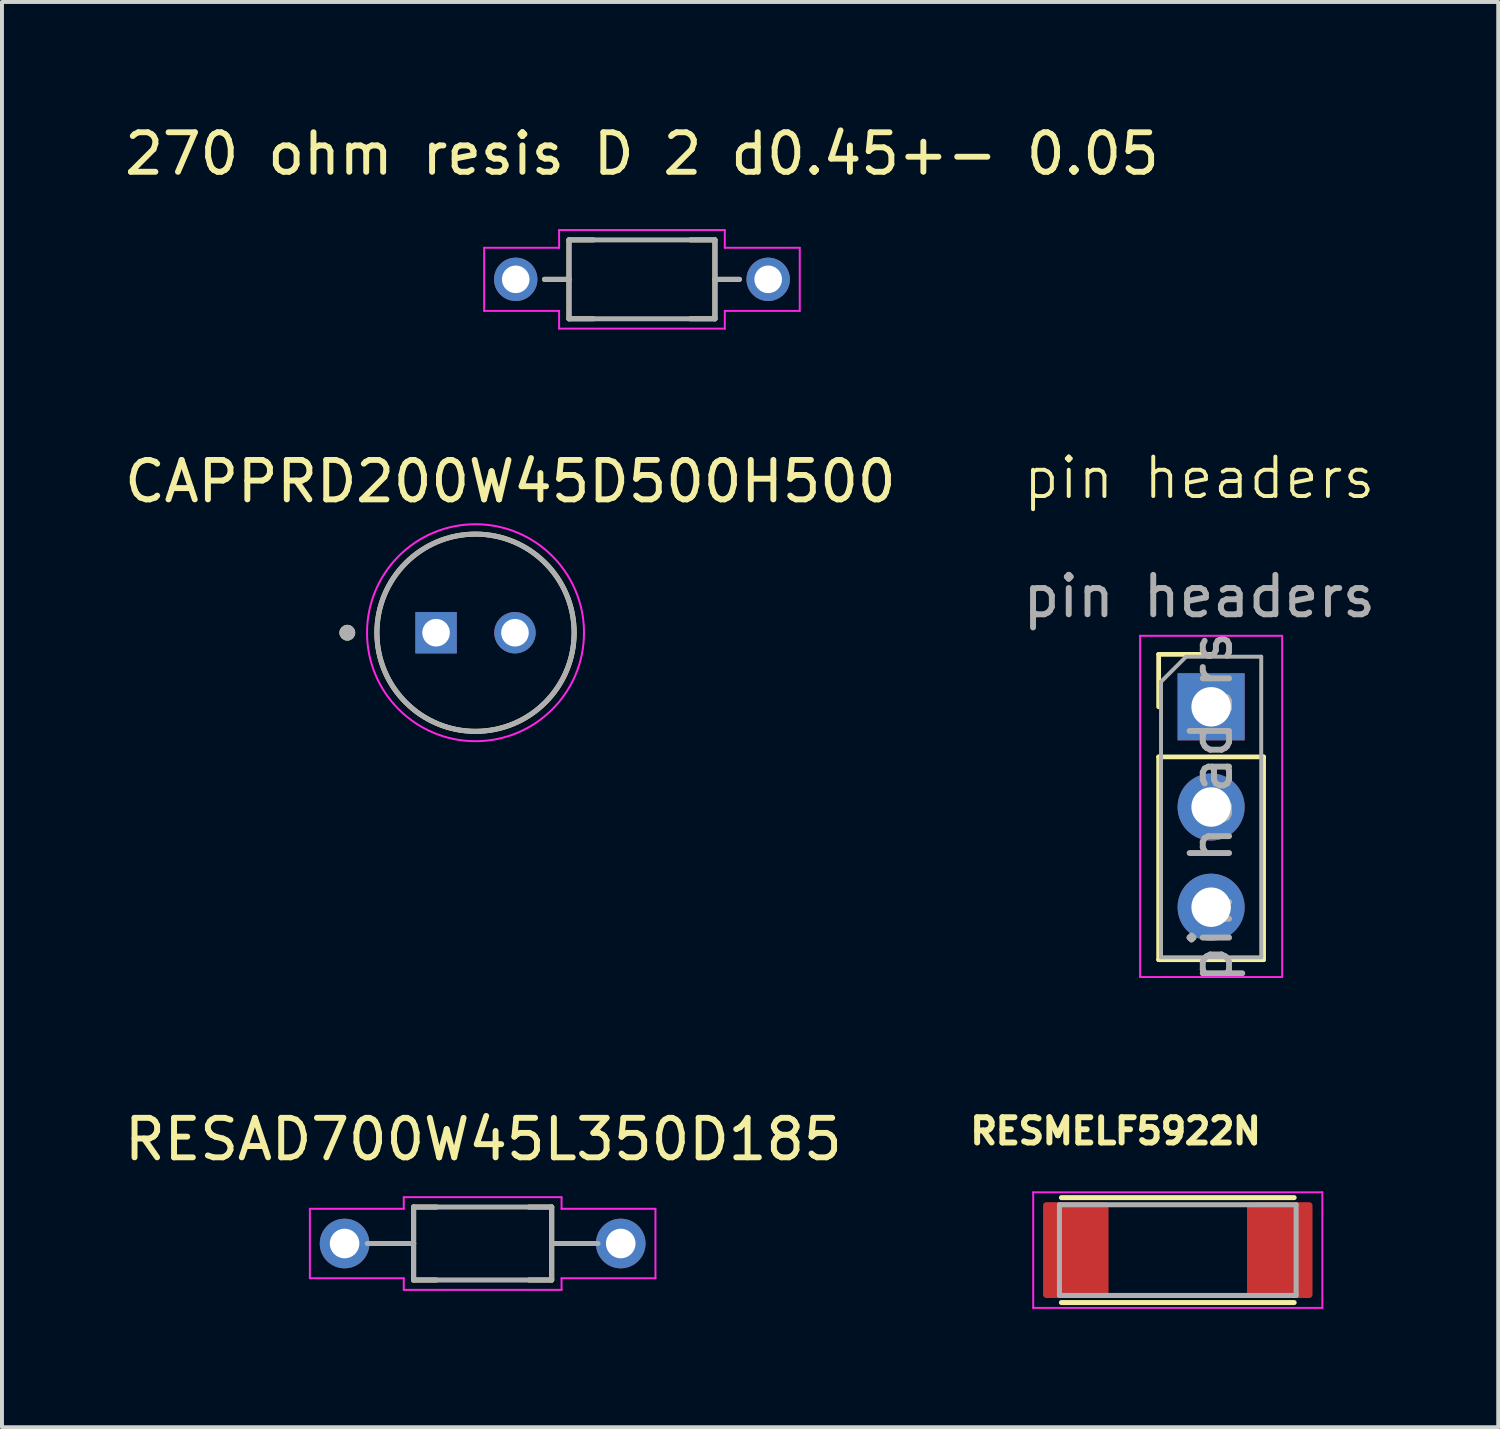
<source format=kicad_pcb>
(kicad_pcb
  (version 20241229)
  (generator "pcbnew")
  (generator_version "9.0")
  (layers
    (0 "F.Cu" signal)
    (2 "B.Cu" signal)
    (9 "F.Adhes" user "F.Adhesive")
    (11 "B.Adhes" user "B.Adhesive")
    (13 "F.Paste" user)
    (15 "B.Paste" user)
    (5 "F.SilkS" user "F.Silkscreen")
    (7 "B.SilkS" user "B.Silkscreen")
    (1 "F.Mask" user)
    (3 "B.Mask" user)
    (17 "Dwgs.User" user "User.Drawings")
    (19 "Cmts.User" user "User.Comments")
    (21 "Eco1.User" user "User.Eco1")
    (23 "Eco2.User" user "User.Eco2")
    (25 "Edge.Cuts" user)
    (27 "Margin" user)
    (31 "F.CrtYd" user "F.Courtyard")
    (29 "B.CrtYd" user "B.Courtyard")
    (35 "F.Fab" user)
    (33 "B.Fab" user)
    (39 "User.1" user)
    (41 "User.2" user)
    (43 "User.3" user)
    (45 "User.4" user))
  (footprint "CAPPRD200W45D500H500"
    (layer "F.Cu")
    (at 9.004 12.989)
    (property "Reference" "CAPPRD200W45D500H500" (at 0.883 -3.835 0) (layer "F.SilkS") (effects (font (size 1 1) (thickness 0.15))))
    (attr through_hole)
    (fp_circle (center -3.25 0) (end -3.15 0) (stroke (width 0.2) (type solid)) (fill no) (layer "F.SilkS"))
    (fp_circle (center 0 0) (end 2.5 0) (stroke (width 0.127) (type solid)) (fill no) (layer "F.SilkS"))
    (fp_circle (center 0 0) (end 2.75 0) (stroke (width 0.05) (type solid)) (fill no) (layer "F.CrtYd"))
    (fp_circle (center -3.25 0) (end -3.15 0) (stroke (width 0.2) (type solid)) (fill no) (layer "F.Fab"))
    (fp_circle (center 0 0) (end 2.5 0) (stroke (width 0.127) (type solid)) (fill no) (layer "F.Fab"))
    (pad "N" thru_hole circle (at 1 0) (size 1.05 1.05) (drill 0.7) (layers "*.Cu" "*.Mask"))
    (pad "P" thru_hole rect (at -1 0) (size 1.05 1.05) (drill 0.7) (layers "*.Cu" "*.Mask" "Eco1.User")))
  (footprint "RESMELF5922N"
    (layer "F.Cu")
    (at 26.806 28.639)
    (property "Reference" "RESMELF5922N" (at -1.576 -3.016 0) (layer "F.SilkS") (effects (font (size 0.641 0.641) (thickness 0.15))))
    (attr smd)
    (fp_line (start -2.95 -1.33) (end 2.95 -1.33) (stroke (width 0.127) (type solid)) (layer "F.SilkS"))
    (fp_line (start -2.95 1.33) (end 2.95 1.33) (stroke (width 0.127) (type solid)) (layer "F.SilkS"))
    (fp_line (start -3.665 -1.465) (end 3.665 -1.465) (stroke (width 0.05) (type solid)) (layer "F.CrtYd"))
    (fp_line (start -3.665 1.465) (end -3.665 -1.465) (stroke (width 0.05) (type solid)) (layer "F.CrtYd"))
    (fp_line (start 3.665 -1.465) (end 3.665 1.465) (stroke (width 0.05) (type solid)) (layer "F.CrtYd"))
    (fp_line (start 3.665 1.465) (end -3.665 1.465) (stroke (width 0.05) (type solid)) (layer "F.CrtYd"))
    (fp_line (start -3 -1.15) (end -3 1.15) (stroke (width 0.127) (type solid)) (layer "F.Fab"))
    (fp_line (start -3 -1.15) (end 3 -1.15) (stroke (width 0.127) (type solid)) (layer "F.Fab"))
    (fp_line (start -3 1.15) (end 3 1.15) (stroke (width 0.127) (type solid)) (layer "F.Fab"))
    (fp_line (start 3 -1.15) (end 3 1.15) (stroke (width 0.127) (type solid)) (layer "F.Fab"))
    (pad "1" smd roundrect (at -2.585 0) (size 1.66 2.43) (layers "F.Cu" "F.Mask" "F.Paste") (roundrect_rratio 0.05))
    (pad "2" smd roundrect (at 2.585 0) (size 1.66 2.43) (layers "F.Cu" "F.Mask" "F.Paste") (roundrect_rratio 0.05)))
  (footprint "RESAD700W45L350D185"
    (layer "F.Cu")
    (at 9.185 28.472)
    (property "Reference" "RESAD700W45L350D185" (at 0.018 -2.64 0) (layer "F.SilkS") (effects (font (size 1.001 1.001) (thickness 0.15))))
    (attr through_hole)
    (fp_line (start -1.75 -0.925) (end -1.75 0) (stroke (width 0.127) (type solid)) (layer "F.SilkS"))
    (fp_line (start -1.75 0) (end -2.55 0) (stroke (width 0.127) (type solid)) (layer "F.SilkS"))
    (fp_line (start -1.75 0) (end -1.75 0.925) (stroke (width 0.127) (type solid)) (layer "F.SilkS"))
    (fp_line (start -1.75 0.925) (end -1.17 0.925) (stroke (width 0.127) (type solid)) (layer "F.SilkS"))
    (fp_line (start -1.17 -0.925) (end -1.75 -0.925) (stroke (width 0.127) (type solid)) (layer "F.SilkS"))
    (fp_line (start 1.17 -0.925) (end 1.75 -0.925) (stroke (width 0.127) (type solid)) (layer "F.SilkS"))
    (fp_line (start 1.17 0.925) (end 1.75 0.925) (stroke (width 0.127) (type solid)) (layer "F.SilkS"))
    (fp_line (start 1.75 -0.925) (end 1.75 0) (stroke (width 0.127) (type solid)) (layer "F.SilkS"))
    (fp_line (start 1.75 0) (end 1.75 0.925) (stroke (width 0.127) (type solid)) (layer "F.SilkS"))
    (fp_line (start 1.75 0) (end 2.55 0) (stroke (width 0.127) (type solid)) (layer "F.SilkS"))
    (fp_line (start -4.38 -0.88) (end -2 -0.88) (stroke (width 0.05) (type solid)) (layer "F.CrtYd"))
    (fp_line (start -4.38 0.88) (end -4.38 -0.88) (stroke (width 0.05) (type solid)) (layer "F.CrtYd"))
    (fp_line (start -2 -1.175) (end 2 -1.175) (stroke (width 0.05) (type solid)) (layer "F.CrtYd"))
    (fp_line (start -2 -0.88) (end -2 -1.175) (stroke (width 0.05) (type solid)) (layer "F.CrtYd"))
    (fp_line (start -2 0.88) (end -4.38 0.88) (stroke (width 0.05) (type solid)) (layer "F.CrtYd"))
    (fp_line (start -2 1.175) (end -2 0.88) (stroke (width 0.05) (type solid)) (layer "F.CrtYd"))
    (fp_line (start 2 -1.175) (end 2 -0.88) (stroke (width 0.05) (type solid)) (layer "F.CrtYd"))
    (fp_line (start 2 -0.88) (end 4.38 -0.88) (stroke (width 0.05) (type solid)) (layer "F.CrtYd"))
    (fp_line (start 2 0.88) (end 2 1.175) (stroke (width 0.05) (type solid)) (layer "F.CrtYd"))
    (fp_line (start 2 1.175) (end -2 1.175) (stroke (width 0.05) (type solid)) (layer "F.CrtYd"))
    (fp_line (start 4.38 -0.88) (end 4.38 0.88) (stroke (width 0.05) (type solid)) (layer "F.CrtYd"))
    (fp_line (start 4.38 0.88) (end 2 0.88) (stroke (width 0.05) (type solid)) (layer "F.CrtYd"))
    (fp_line (start -2.925 0) (end -1.75 0) (stroke (width 0.127) (type solid)) (layer "F.Fab"))
    (fp_line (start -1.75 -0.925) (end 1.75 -0.925) (stroke (width 0.127) (type solid)) (layer "F.Fab"))
    (fp_line (start -1.75 0) (end -1.75 -0.925) (stroke (width 0.127) (type solid)) (layer "F.Fab"))
    (fp_line (start -1.75 0.925) (end -1.75 0) (stroke (width 0.127) (type solid)) (layer "F.Fab"))
    (fp_line (start 1.75 -0.925) (end 1.75 0) (stroke (width 0.127) (type solid)) (layer "F.Fab"))
    (fp_line (start 1.75 0) (end 1.75 0.925) (stroke (width 0.127) (type solid)) (layer "F.Fab"))
    (fp_line (start 1.75 0.925) (end -1.75 0.925) (stroke (width 0.127) (type solid)) (layer "F.Fab"))
    (fp_line (start 2.925 0) (end 1.75 0) (stroke (width 0.127) (type solid)) (layer "F.Fab"))
    (pad "1" thru_hole circle (at -3.5 0) (size 1.258 1.258) (drill 0.75) (layers "*.Cu" "*.Mask"))
    (pad "2" thru_hole circle (at 3.5 0) (size 1.258 1.258) (drill 0.75) (layers "*.Cu" "*.Mask")))
  (footprint "270 ohm resis D 2 d0.45+- 0.05"
    (layer "F.Cu")
    (at 13.223 4.031)
    (property "Reference" "270 ohm resis D 2 d0.45+- 0.05" (at 0 -3.182 0) (layer "F.SilkS") (effects (font (size 1.002 1.002) (thickness 0.15))))
    (attr through_hole)
    (fp_line (start -2.47 0) (end -1.85 0) (stroke (width 0.127) (type solid)) (layer "F.SilkS"))
    (fp_line (start -1.85 -1) (end -1.23 -1) (stroke (width 0.127) (type solid)) (layer "F.SilkS"))
    (fp_line (start -1.85 0) (end -1.85 -1) (stroke (width 0.127) (type solid)) (layer "F.SilkS"))
    (fp_line (start -1.85 0) (end -1.85 1) (stroke (width 0.127) (type solid)) (layer "F.SilkS"))
    (fp_line (start -1.85 1) (end -1.23 1) (stroke (width 0.127) (type solid)) (layer "F.SilkS"))
    (fp_line (start 1.85 -1) (end 1.23 -1) (stroke (width 0.127) (type solid)) (layer "F.SilkS"))
    (fp_line (start 1.85 0) (end 1.85 -1) (stroke (width 0.127) (type solid)) (layer "F.SilkS"))
    (fp_line (start 1.85 0) (end 1.85 1) (stroke (width 0.127) (type solid)) (layer "F.SilkS"))
    (fp_line (start 1.85 1) (end 1.23 1) (stroke (width 0.127) (type solid)) (layer "F.SilkS"))
    (fp_line (start 2.47 0) (end 1.85 0) (stroke (width 0.127) (type solid)) (layer "F.SilkS"))
    (fp_line (start -4 -0.8) (end -2.1 -0.8) (stroke (width 0.05) (type solid)) (layer "F.CrtYd"))
    (fp_line (start -4 0.8) (end -4 -0.8) (stroke (width 0.05) (type solid)) (layer "F.CrtYd"))
    (fp_line (start -2.1 -1.25) (end 2.1 -1.25) (stroke (width 0.05) (type solid)) (layer "F.CrtYd"))
    (fp_line (start -2.1 -0.8) (end -2.1 -1.25) (stroke (width 0.05) (type solid)) (layer "F.CrtYd"))
    (fp_line (start -2.1 0.8) (end -4 0.8) (stroke (width 0.05) (type solid)) (layer "F.CrtYd"))
    (fp_line (start -2.1 1.25) (end -2.1 0.8) (stroke (width 0.05) (type solid)) (layer "F.CrtYd"))
    (fp_line (start 2.1 -1.25) (end 2.1 -0.8) (stroke (width 0.05) (type solid)) (layer "F.CrtYd"))
    (fp_line (start 2.1 -0.8) (end 4 -0.8) (stroke (width 0.05) (type solid)) (layer "F.CrtYd"))
    (fp_line (start 2.1 0.8) (end 2.1 1.25) (stroke (width 0.05) (type solid)) (layer "F.CrtYd"))
    (fp_line (start 2.1 1.25) (end -2.1 1.25) (stroke (width 0.05) (type solid)) (layer "F.CrtYd"))
    (fp_line (start 4 -0.8) (end 4 0.8) (stroke (width 0.05) (type solid)) (layer "F.CrtYd"))
    (fp_line (start 4 0.8) (end 2.1 0.8) (stroke (width 0.05) (type solid)) (layer "F.CrtYd"))
    (fp_line (start -2.47 0) (end -1.85 0) (stroke (width 0.127) (type solid)) (layer "F.Fab"))
    (fp_line (start -1.85 -1) (end 1.85 -1) (stroke (width 0.127) (type solid)) (layer "F.Fab"))
    (fp_line (start -1.85 0) (end -1.85 -1) (stroke (width 0.127) (type solid)) (layer "F.Fab"))
    (fp_line (start -1.85 0) (end -1.85 1) (stroke (width 0.127) (type solid)) (layer "F.Fab"))
    (fp_line (start -1.85 1) (end 1.85 1) (stroke (width 0.127) (type solid)) (layer "F.Fab"))
    (fp_line (start 1.85 0) (end 1.85 -1) (stroke (width 0.127) (type solid)) (layer "F.Fab"))
    (fp_line (start 1.85 0) (end 1.85 1) (stroke (width 0.127) (type solid)) (layer "F.Fab"))
    (fp_line (start 2.47 0) (end 1.85 0) (stroke (width 0.127) (type solid)) (layer "F.Fab"))
    (pad "1" thru_hole circle (at -3.2 0) (size 1.1 1.1) (drill 0.7) (layers "*.Cu" "*.Mask"))
    (pad "2" thru_hole circle (at 3.2 0) (size 1.1 1.1) (drill 0.7) (layers "*.Cu" "*.Mask")))
  (footprint "pin headers"
    (layer "F.Cu")
    (at 27.351 9.567)
    (property "Reference" "pin headers" (at 0 -0.5 0) (unlocked yes) (layer "F.SilkS") (effects (font (size 1 1) (thickness 0.1))))
    (attr through_hole)
    (fp_line (start -1.03 3.97) (end 0.3 3.97) (stroke (width 0.12) (type solid)) (layer "F.SilkS"))
    (fp_line (start -1.03 5.3) (end -1.03 3.97) (stroke (width 0.12) (type solid)) (layer "F.SilkS"))
    (fp_line (start -1.03 6.57) (end -1.03 11.71) (stroke (width 0.12) (type solid)) (layer "F.SilkS"))
    (fp_line (start -1.03 6.57) (end 1.63 6.57) (stroke (width 0.12) (type solid)) (layer "F.SilkS"))
    (fp_line (start -1.03 11.71) (end 1.63 11.71) (stroke (width 0.12) (type solid)) (layer "F.SilkS"))
    (fp_line (start 1.63 6.57) (end 1.63 11.71) (stroke (width 0.12) (type solid)) (layer "F.SilkS"))
    (fp_line (start -1.5 3.5) (end -1.5 12.15) (stroke (width 0.05) (type solid)) (layer "F.CrtYd"))
    (fp_line (start -1.5 12.15) (end 2.1 12.15) (stroke (width 0.05) (type solid)) (layer "F.CrtYd"))
    (fp_line (start 2.1 3.5) (end -1.5 3.5) (stroke (width 0.05) (type solid)) (layer "F.CrtYd"))
    (fp_line (start 2.1 12.15) (end 2.1 3.5) (stroke (width 0.05) (type solid)) (layer "F.CrtYd"))
    (fp_line (start -0.97 4.665) (end -0.335 4.03) (stroke (width 0.1) (type solid)) (layer "F.Fab"))
    (fp_line (start -0.97 11.65) (end -0.97 4.665) (stroke (width 0.1) (type solid)) (layer "F.Fab"))
    (fp_line (start -0.335 4.03) (end 1.57 4.03) (stroke (width 0.1) (type solid)) (layer "F.Fab"))
    (fp_line (start 1.57 4.03) (end 1.57 11.65) (stroke (width 0.1) (type solid)) (layer "F.Fab"))
    (fp_line (start 1.57 11.65) (end -0.97 11.65) (stroke (width 0.1) (type solid)) (layer "F.Fab"))
    (fp_text user "${REFERENCE}" (at 0 2.5 0) (unlocked yes) (layer "F.Fab") (effects (font (size 1 1) (thickness 0.15))))
    (fp_text user "${REFERENCE}" (at 0.3 7.84 90) (layer "F.Fab") (effects (font (size 1 1) (thickness 0.15))))
    (pad "1" thru_hole rect (at 0.3 5.3) (size 1.7 1.7) (drill 1) (layers "*.Cu" "*.Mask"))
    (pad "2" thru_hole oval (at 0.3 10.38) (size 1.7 1.7) (drill 1) (layers "*.Cu" "*.Mask"))
    (pad "3" thru_hole oval (at 0.3 7.84) (size 1.7 1.7) (drill 1) (layers "*.Cu" "*.Mask")))
  (gr_rect
    (start -3 -3)
    (end 34.929 33.129)
    (stroke (width 0.1) (type default))
    (fill no)
    (layer "Edge.Cuts")))
</source>
